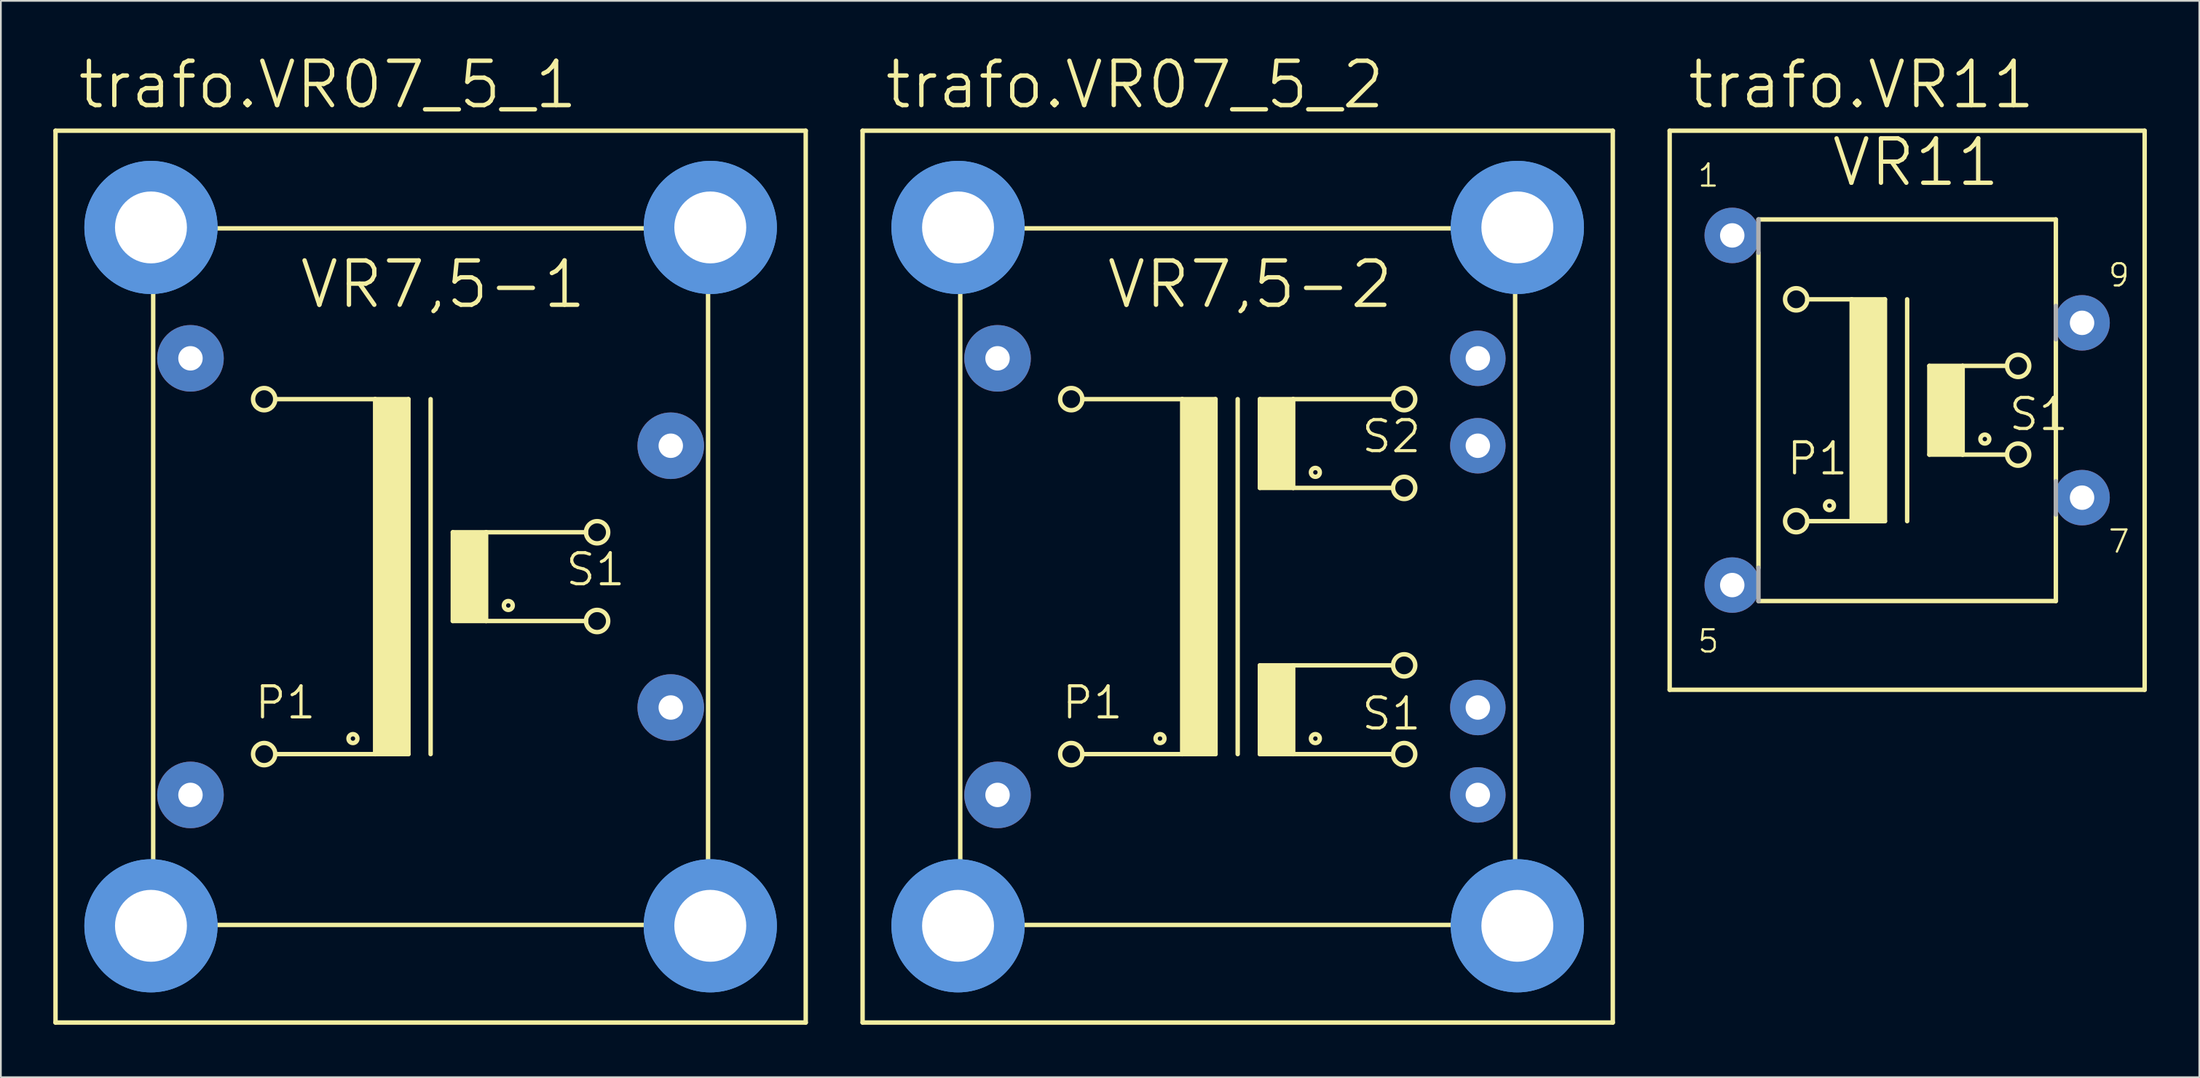
<source format=kicad_pcb>
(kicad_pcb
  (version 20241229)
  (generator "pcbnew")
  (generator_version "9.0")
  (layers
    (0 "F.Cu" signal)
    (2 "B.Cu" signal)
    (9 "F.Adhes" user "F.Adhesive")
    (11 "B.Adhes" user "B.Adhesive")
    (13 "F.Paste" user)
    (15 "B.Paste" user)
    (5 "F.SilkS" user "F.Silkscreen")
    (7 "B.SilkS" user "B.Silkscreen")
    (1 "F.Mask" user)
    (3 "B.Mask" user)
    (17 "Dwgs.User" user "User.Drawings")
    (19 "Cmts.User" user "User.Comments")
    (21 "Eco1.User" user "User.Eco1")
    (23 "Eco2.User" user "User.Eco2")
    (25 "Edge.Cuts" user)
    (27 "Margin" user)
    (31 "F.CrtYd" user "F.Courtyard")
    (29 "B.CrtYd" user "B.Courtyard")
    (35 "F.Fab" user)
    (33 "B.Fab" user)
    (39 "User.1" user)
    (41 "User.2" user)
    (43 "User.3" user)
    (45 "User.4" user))
  (footprint "trafo.VR07_5_1"
    (layer "F.Cu")
    (at 21.59 29.96)
    (property "Reference" "trafo.VR07_5_1" (at -20.32 -26.67 0) (layer "F.SilkS") (effects (font (size 2.54 2.54) (thickness 0.25)) (justify left bottom)))
    (attr through_hole)
    (fp_line (start -21.463 25.527) (end -21.463 -25.527) (stroke (width 0.254) (type default)) (layer "F.SilkS"))
    (fp_line (start -21.463 25.527) (end 21.463 25.527) (stroke (width 0.254) (type default)) (layer "F.SilkS"))
    (fp_line (start -15.875 17.653) (end -15.875 -17.653) (stroke (width 0.254) (type default)) (layer "F.SilkS"))
    (fp_line (start -13.716 -19.939) (end 13.716 -19.939) (stroke (width 0.254) (type default)) (layer "F.SilkS"))
    (fp_line (start -8.89 -10.16) (end -3.175 -10.16) (stroke (width 0.254) (type default)) (layer "F.SilkS"))
    (fp_line (start -3.175 -10.16) (end -3.175 10.16) (stroke (width 0.254) (type default)) (layer "F.SilkS"))
    (fp_line (start -3.175 -10.16) (end -1.27 -10.16) (stroke (width 0.254) (type default)) (layer "F.SilkS"))
    (fp_line (start -3.175 10.16) (end -8.89 10.16) (stroke (width 0.254) (type default)) (layer "F.SilkS"))
    (fp_line (start -1.27 -10.16) (end -1.27 10.16) (stroke (width 0.254) (type default)) (layer "F.SilkS"))
    (fp_line (start -1.27 10.16) (end -3.175 10.16) (stroke (width 0.254) (type default)) (layer "F.SilkS"))
    (fp_line (start 0 -10.16) (end 0 10.16) (stroke (width 0.254) (type default)) (layer "F.SilkS"))
    (fp_line (start 1.27 -2.54) (end 1.27 2.54) (stroke (width 0.254) (type default)) (layer "F.SilkS"))
    (fp_line (start 1.27 -2.54) (end 3.175 -2.54) (stroke (width 0.254) (type default)) (layer "F.SilkS"))
    (fp_line (start 1.27 2.54) (end 3.175 2.54) (stroke (width 0.254) (type default)) (layer "F.SilkS"))
    (fp_line (start 3.175 -2.54) (end 8.89 -2.54) (stroke (width 0.254) (type default)) (layer "F.SilkS"))
    (fp_line (start 3.175 2.54) (end 3.175 -2.54) (stroke (width 0.254) (type default)) (layer "F.SilkS"))
    (fp_line (start 3.175 2.54) (end 8.89 2.54) (stroke (width 0.254) (type default)) (layer "F.SilkS"))
    (fp_line (start 13.716 19.939) (end -13.716 19.939) (stroke (width 0.254) (type default)) (layer "F.SilkS"))
    (fp_line (start 15.875 -17.653) (end 15.875 17.653) (stroke (width 0.254) (type default)) (layer "F.SilkS"))
    (fp_line (start 21.463 -25.527) (end -21.463 -25.527) (stroke (width 0.254) (type default)) (layer "F.SilkS"))
    (fp_line (start 21.463 -25.527) (end 21.463 25.527) (stroke (width 0.254) (type default)) (layer "F.SilkS"))
    (fp_rect (start -3.175 10.16) (end -1.27 -10.16) (stroke (width 0.05) (type default)) (fill yes) (layer "F.SilkS"))
    (fp_rect (start 1.27 2.54) (end 3.175 -2.54) (stroke (width 0.05) (type default)) (fill yes) (layer "F.SilkS"))
    (fp_circle (center -9.525 -10.16) (end -8.89 -10.16) (stroke (width 0.254) (type default)) (fill no) (layer "F.SilkS"))
    (fp_circle (center -9.525 10.16) (end -8.89 10.16) (stroke (width 0.254) (type default)) (fill no) (layer "F.SilkS"))
    (fp_circle (center -4.445 9.271) (end -4.191 9.271) (stroke (width 0.254) (type default)) (fill no) (layer "F.SilkS"))
    (fp_circle (center 4.445 1.651) (end 4.699 1.651) (stroke (width 0.254) (type default)) (fill no) (layer "F.SilkS"))
    (fp_circle (center 9.525 -2.54) (end 10.16 -2.54) (stroke (width 0.254) (type default)) (fill no) (layer "F.SilkS"))
    (fp_circle (center 9.525 2.54) (end 10.16 2.54) (stroke (width 0.254) (type default)) (fill no) (layer "F.SilkS"))
    (fp_circle (center -16.002 -19.99) (end -13.081 -19.99) (stroke (width 1.778) (type default)) (fill no) (layer "Cmts.User"))
    (fp_circle (center -16.002 -19.99) (end -13.081 -19.99) (stroke (width 1.778) (type default)) (fill no) (layer "Cmts.User"))
    (fp_circle (center -16.002 19.99) (end -13.081 19.99) (stroke (width 1.778) (type default)) (fill no) (layer "Cmts.User"))
    (fp_circle (center -16.002 19.99) (end -13.081 19.99) (stroke (width 1.778) (type default)) (fill no) (layer "Cmts.User"))
    (fp_circle (center 16.002 -19.99) (end 18.923 -19.99) (stroke (width 1.778) (type default)) (fill no) (layer "Cmts.User"))
    (fp_circle (center 16.002 -19.99) (end 18.923 -19.99) (stroke (width 1.778) (type default)) (fill no) (layer "Cmts.User"))
    (fp_circle (center 16.002 19.99) (end 18.923 19.99) (stroke (width 1.778) (type default)) (fill no) (layer "Cmts.User"))
    (fp_circle (center 16.002 19.99) (end 18.923 19.99) (stroke (width 1.778) (type default)) (fill no) (layer "Cmts.User"))
    (fp_line (start -15.875 -19.939) (end -13.716 -19.939) (stroke (width 0.254) (type default)) (layer "F.Fab"))
    (fp_line (start -15.875 -17.653) (end -15.875 -19.939) (stroke (width 0.254) (type default)) (layer "F.Fab"))
    (fp_line (start -15.875 19.939) (end -15.875 17.653) (stroke (width 0.254) (type default)) (layer "F.Fab"))
    (fp_line (start -15.875 19.939) (end -13.716 19.939) (stroke (width 0.254) (type default)) (layer "F.Fab"))
    (fp_line (start 13.716 -19.939) (end 15.875 -19.939) (stroke (width 0.254) (type default)) (layer "F.Fab"))
    (fp_line (start 13.716 19.939) (end 15.875 19.939) (stroke (width 0.254) (type default)) (layer "F.Fab"))
    (fp_line (start 15.875 -17.653) (end 15.875 -19.939) (stroke (width 0.254) (type default)) (layer "F.Fab"))
    (fp_line (start 15.875 19.939) (end 15.875 17.653) (stroke (width 0.254) (type default)) (layer "F.Fab"))
    (fp_text user "P1" (at -10.16 8.255 0) (layer "F.SilkS") (effects (font (size 1.778 1.778) (thickness 0.18)) (justify left bottom)))
    (fp_text user "VR7,5-1" (at -7.62 -15.24 0) (layer "F.SilkS") (effects (font (size 2.54 2.54) (thickness 0.25)) (justify left bottom)))
    (fp_text user "S1" (at 7.62 0.635 0) (layer "F.SilkS") (effects (font (size 1.778 1.778) (thickness 0.18)) (justify left bottom)))
    (pad "" np_thru_hole circle (at -16.002 -19.99) (size 4.115 4.115) (drill 4.115) (layers "*.Cu" "*.Mask"))
    (pad "" np_thru_hole circle (at -16.002 19.99) (size 4.115 4.115) (drill 4.115) (layers "*.Cu" "*.Mask"))
    (pad "" np_thru_hole circle (at 16.002 -19.99) (size 4.115 4.115) (drill 4.115) (layers "*.Cu" "*.Mask"))
    (pad "" np_thru_hole circle (at 16.002 19.99) (size 4.115 4.115) (drill 4.115) (layers "*.Cu" "*.Mask"))
    (pad "1" thru_hole circle (at -13.741 -12.497) (size 3.81 3.81) (drill 1.397) (layers "*.Cu" "*.Mask"))
    (pad "2" thru_hole circle (at -13.741 12.497) (size 3.81 3.81) (drill 1.397) (layers "*.Cu" "*.Mask"))
    (pad "3" thru_hole circle (at 13.741 7.493) (size 3.81 3.81) (drill 1.397) (layers "*.Cu" "*.Mask"))
    (pad "4" thru_hole circle (at 13.741 -7.493) (size 3.81 3.81) (drill 1.397) (layers "*.Cu" "*.Mask")))
  (footprint "trafo.VR07_5_2"
    (layer "F.Cu")
    (at 67.77 29.96)
    (property "Reference" "trafo.VR07_5_2" (at -20.32 -26.67 0) (layer "F.SilkS") (effects (font (size 2.54 2.54) (thickness 0.25)) (justify left bottom)))
    (attr through_hole)
    (fp_line (start -21.463 25.527) (end -21.463 -25.527) (stroke (width 0.254) (type default)) (layer "F.SilkS"))
    (fp_line (start -21.463 25.527) (end 21.463 25.527) (stroke (width 0.254) (type default)) (layer "F.SilkS"))
    (fp_line (start -15.875 17.653) (end -15.875 -17.653) (stroke (width 0.254) (type default)) (layer "F.SilkS"))
    (fp_line (start -13.716 -19.939) (end 13.716 -19.939) (stroke (width 0.254) (type default)) (layer "F.SilkS"))
    (fp_line (start -8.89 -10.16) (end -3.175 -10.16) (stroke (width 0.254) (type default)) (layer "F.SilkS"))
    (fp_line (start -3.175 -10.16) (end -3.175 10.16) (stroke (width 0.254) (type default)) (layer "F.SilkS"))
    (fp_line (start -3.175 -10.16) (end -1.27 -10.16) (stroke (width 0.254) (type default)) (layer "F.SilkS"))
    (fp_line (start -3.175 10.16) (end -8.89 10.16) (stroke (width 0.254) (type default)) (layer "F.SilkS"))
    (fp_line (start -1.27 -10.16) (end -1.27 10.16) (stroke (width 0.254) (type default)) (layer "F.SilkS"))
    (fp_line (start -1.27 10.16) (end -3.175 10.16) (stroke (width 0.254) (type default)) (layer "F.SilkS"))
    (fp_line (start 0 -10.16) (end 0 10.16) (stroke (width 0.254) (type default)) (layer "F.SilkS"))
    (fp_line (start 1.27 -10.16) (end 1.27 -5.08) (stroke (width 0.254) (type default)) (layer "F.SilkS"))
    (fp_line (start 1.27 -10.16) (end 3.175 -10.16) (stroke (width 0.254) (type default)) (layer "F.SilkS"))
    (fp_line (start 1.27 -5.08) (end 3.175 -5.08) (stroke (width 0.254) (type default)) (layer "F.SilkS"))
    (fp_line (start 1.27 5.08) (end 1.27 10.16) (stroke (width 0.254) (type default)) (layer "F.SilkS"))
    (fp_line (start 1.27 5.08) (end 3.175 5.08) (stroke (width 0.254) (type default)) (layer "F.SilkS"))
    (fp_line (start 1.27 10.16) (end 3.175 10.16) (stroke (width 0.254) (type default)) (layer "F.SilkS"))
    (fp_line (start 3.175 -10.16) (end 8.89 -10.16) (stroke (width 0.254) (type default)) (layer "F.SilkS"))
    (fp_line (start 3.175 -5.08) (end 3.175 -10.16) (stroke (width 0.254) (type default)) (layer "F.SilkS"))
    (fp_line (start 3.175 -5.08) (end 8.89 -5.08) (stroke (width 0.254) (type default)) (layer "F.SilkS"))
    (fp_line (start 3.175 5.08) (end 8.89 5.08) (stroke (width 0.254) (type default)) (layer "F.SilkS"))
    (fp_line (start 3.175 10.16) (end 3.175 5.08) (stroke (width 0.254) (type default)) (layer "F.SilkS"))
    (fp_line (start 3.175 10.16) (end 8.89 10.16) (stroke (width 0.254) (type default)) (layer "F.SilkS"))
    (fp_line (start 13.716 19.939) (end -13.716 19.939) (stroke (width 0.254) (type default)) (layer "F.SilkS"))
    (fp_line (start 15.875 -17.653) (end 15.875 17.653) (stroke (width 0.254) (type default)) (layer "F.SilkS"))
    (fp_line (start 21.463 -25.527) (end -21.463 -25.527) (stroke (width 0.254) (type default)) (layer "F.SilkS"))
    (fp_line (start 21.463 -25.527) (end 21.463 25.527) (stroke (width 0.254) (type default)) (layer "F.SilkS"))
    (fp_rect (start -3.175 10.16) (end -1.27 -10.16) (stroke (width 0.05) (type default)) (fill yes) (layer "F.SilkS"))
    (fp_rect (start 1.27 -5.08) (end 3.175 -10.16) (stroke (width 0.05) (type default)) (fill yes) (layer "F.SilkS"))
    (fp_rect (start 1.27 10.16) (end 3.175 5.08) (stroke (width 0.05) (type default)) (fill yes) (layer "F.SilkS"))
    (fp_circle (center -9.525 -10.16) (end -8.89 -10.16) (stroke (width 0.254) (type default)) (fill no) (layer "F.SilkS"))
    (fp_circle (center -9.525 10.16) (end -8.89 10.16) (stroke (width 0.254) (type default)) (fill no) (layer "F.SilkS"))
    (fp_circle (center -4.445 9.271) (end -4.191 9.271) (stroke (width 0.254) (type default)) (fill no) (layer "F.SilkS"))
    (fp_circle (center 4.445 -5.969) (end 4.699 -5.969) (stroke (width 0.254) (type default)) (fill no) (layer "F.SilkS"))
    (fp_circle (center 4.445 9.271) (end 4.699 9.271) (stroke (width 0.254) (type default)) (fill no) (layer "F.SilkS"))
    (fp_circle (center 9.525 -10.16) (end 10.16 -10.16) (stroke (width 0.254) (type default)) (fill no) (layer "F.SilkS"))
    (fp_circle (center 9.525 -5.08) (end 10.16 -5.08) (stroke (width 0.254) (type default)) (fill no) (layer "F.SilkS"))
    (fp_circle (center 9.525 5.08) (end 10.16 5.08) (stroke (width 0.254) (type default)) (fill no) (layer "F.SilkS"))
    (fp_circle (center 9.525 10.16) (end 10.16 10.16) (stroke (width 0.254) (type default)) (fill no) (layer "F.SilkS"))
    (fp_circle (center -16.002 -19.99) (end -13.081 -19.99) (stroke (width 1.778) (type default)) (fill no) (layer "Cmts.User"))
    (fp_circle (center -16.002 -19.99) (end -13.081 -19.99) (stroke (width 1.778) (type default)) (fill no) (layer "Cmts.User"))
    (fp_circle (center -16.002 19.99) (end -13.081 19.99) (stroke (width 1.778) (type default)) (fill no) (layer "Cmts.User"))
    (fp_circle (center -16.002 19.99) (end -13.081 19.99) (stroke (width 1.778) (type default)) (fill no) (layer "Cmts.User"))
    (fp_circle (center 16.002 -19.99) (end 18.923 -19.99) (stroke (width 1.778) (type default)) (fill no) (layer "Cmts.User"))
    (fp_circle (center 16.002 -19.99) (end 18.923 -19.99) (stroke (width 1.778) (type default)) (fill no) (layer "Cmts.User"))
    (fp_circle (center 16.002 19.99) (end 18.923 19.99) (stroke (width 1.778) (type default)) (fill no) (layer "Cmts.User"))
    (fp_circle (center 16.002 19.99) (end 18.923 19.99) (stroke (width 1.778) (type default)) (fill no) (layer "Cmts.User"))
    (fp_line (start -15.875 -19.939) (end -13.716 -19.939) (stroke (width 0.254) (type default)) (layer "F.Fab"))
    (fp_line (start -15.875 -17.653) (end -15.875 -19.939) (stroke (width 0.254) (type default)) (layer "F.Fab"))
    (fp_line (start -15.875 19.939) (end -15.875 17.653) (stroke (width 0.254) (type default)) (layer "F.Fab"))
    (fp_line (start -15.875 19.939) (end -13.716 19.939) (stroke (width 0.254) (type default)) (layer "F.Fab"))
    (fp_line (start 13.716 -19.939) (end 15.875 -19.939) (stroke (width 0.254) (type default)) (layer "F.Fab"))
    (fp_line (start 13.716 19.939) (end 15.875 19.939) (stroke (width 0.254) (type default)) (layer "F.Fab"))
    (fp_line (start 15.875 -17.653) (end 15.875 -19.939) (stroke (width 0.254) (type default)) (layer "F.Fab"))
    (fp_line (start 15.875 19.939) (end 15.875 17.653) (stroke (width 0.254) (type default)) (layer "F.Fab"))
    (fp_text user "VR7,5-2" (at -7.62 -15.24 0) (layer "F.SilkS") (effects (font (size 2.54 2.54) (thickness 0.25)) (justify left bottom)))
    (fp_text user "P1" (at -10.16 8.255 0) (layer "F.SilkS") (effects (font (size 1.778 1.778) (thickness 0.18)) (justify left bottom)))
    (fp_text user "S1" (at 6.985 8.89 0) (layer "F.SilkS") (effects (font (size 1.778 1.778) (thickness 0.18)) (justify left bottom)))
    (fp_text user "S2" (at 6.985 -6.985 0) (layer "F.SilkS") (effects (font (size 1.778 1.778) (thickness 0.18)) (justify left bottom)))
    (pad "" np_thru_hole circle (at -16.002 -19.99) (size 4.115 4.115) (drill 4.115) (layers "*.Cu" "*.Mask"))
    (pad "" np_thru_hole circle (at -16.002 19.99) (size 4.115 4.115) (drill 4.115) (layers "*.Cu" "*.Mask"))
    (pad "" np_thru_hole circle (at 16.002 -19.99) (size 4.115 4.115) (drill 4.115) (layers "*.Cu" "*.Mask"))
    (pad "" np_thru_hole circle (at 16.002 19.99) (size 4.115 4.115) (drill 4.115) (layers "*.Cu" "*.Mask"))
    (pad "1" thru_hole circle (at -13.741 -12.497) (size 3.81 3.81) (drill 1.397) (layers "*.Cu" "*.Mask"))
    (pad "2" thru_hole circle (at -13.741 12.497) (size 3.81 3.81) (drill 1.397) (layers "*.Cu" "*.Mask"))
    (pad "3" thru_hole circle (at 13.741 12.497) (size 3.175 3.175) (drill 1.397) (layers "*.Cu" "*.Mask"))
    (pad "4" thru_hole circle (at 13.741 7.493) (size 3.175 3.175) (drill 1.397) (layers "*.Cu" "*.Mask"))
    (pad "5" thru_hole circle (at 13.741 -7.493) (size 3.175 3.175) (drill 1.397) (layers "*.Cu" "*.Mask"))
    (pad "6" thru_hole circle (at 13.741 -12.497) (size 3.175 3.175) (drill 1.397) (layers "*.Cu" "*.Mask")))
  (footprint "trafo.VR11"
    (layer "F.Cu")
    (at 106.076 20.435)
    (property "Reference" "trafo.VR11" (at -12.7 -17.145 0) (layer "F.SilkS") (effects (font (size 2.54 2.54) (thickness 0.25)) (justify left bottom)))
    (attr through_hole)
    (fp_line (start -13.589 16.002) (end -13.589 -16.002) (stroke (width 0.254) (type default)) (layer "F.SilkS"))
    (fp_line (start -13.589 16.002) (end 13.589 16.002) (stroke (width 0.254) (type default)) (layer "F.SilkS"))
    (fp_line (start -8.509 9.017) (end -8.509 -9.017) (stroke (width 0.254) (type default)) (layer "F.SilkS"))
    (fp_line (start -8.509 10.922) (end 8.509 10.922) (stroke (width 0.254) (type default)) (layer "F.SilkS"))
    (fp_line (start -5.715 -6.35) (end -3.175 -6.35) (stroke (width 0.254) (type default)) (layer "F.SilkS"))
    (fp_line (start -3.175 -6.35) (end -3.175 6.35) (stroke (width 0.254) (type default)) (layer "F.SilkS"))
    (fp_line (start -3.175 -6.35) (end -1.27 -6.35) (stroke (width 0.254) (type default)) (layer "F.SilkS"))
    (fp_line (start -3.175 6.35) (end -5.715 6.35) (stroke (width 0.254) (type default)) (layer "F.SilkS"))
    (fp_line (start -1.27 -6.35) (end -1.27 6.35) (stroke (width 0.254) (type default)) (layer "F.SilkS"))
    (fp_line (start -1.27 6.35) (end -3.175 6.35) (stroke (width 0.254) (type default)) (layer "F.SilkS"))
    (fp_line (start 0 -6.35) (end 0 6.35) (stroke (width 0.254) (type default)) (layer "F.SilkS"))
    (fp_line (start 1.27 -2.54) (end 1.27 2.54) (stroke (width 0.254) (type default)) (layer "F.SilkS"))
    (fp_line (start 1.27 -2.54) (end 3.175 -2.54) (stroke (width 0.254) (type default)) (layer "F.SilkS"))
    (fp_line (start 1.27 2.54) (end 3.175 2.54) (stroke (width 0.254) (type default)) (layer "F.SilkS"))
    (fp_line (start 3.175 -2.54) (end 5.715 -2.54) (stroke (width 0.254) (type default)) (layer "F.SilkS"))
    (fp_line (start 3.175 2.54) (end 3.175 -2.54) (stroke (width 0.254) (type default)) (layer "F.SilkS"))
    (fp_line (start 3.175 2.54) (end 5.715 2.54) (stroke (width 0.254) (type default)) (layer "F.SilkS"))
    (fp_line (start 8.509 -10.922) (end -8.509 -10.922) (stroke (width 0.254) (type default)) (layer "F.SilkS"))
    (fp_line (start 8.509 -10.922) (end 8.509 -5.969) (stroke (width 0.254) (type default)) (layer "F.SilkS"))
    (fp_line (start 8.509 -4.064) (end 8.509 4.064) (stroke (width 0.254) (type default)) (layer "F.SilkS"))
    (fp_line (start 8.509 10.922) (end 8.509 5.969) (stroke (width 0.254) (type default)) (layer "F.SilkS"))
    (fp_line (start 13.589 -16.002) (end -13.589 -16.002) (stroke (width 0.254) (type default)) (layer "F.SilkS"))
    (fp_line (start 13.589 -16.002) (end 13.589 16.002) (stroke (width 0.254) (type default)) (layer "F.SilkS"))
    (fp_rect (start -3.175 6.35) (end -1.27 -6.35) (stroke (width 0.05) (type default)) (fill yes) (layer "F.SilkS"))
    (fp_rect (start 1.27 2.54) (end 3.175 -2.54) (stroke (width 0.05) (type default)) (fill yes) (layer "F.SilkS"))
    (fp_circle (center -6.35 -6.35) (end -5.715 -6.35) (stroke (width 0.254) (type default)) (fill no) (layer "F.SilkS"))
    (fp_circle (center -6.35 6.35) (end -5.715 6.35) (stroke (width 0.254) (type default)) (fill no) (layer "F.SilkS"))
    (fp_circle (center -4.445 5.461) (end -4.191 5.461) (stroke (width 0.254) (type default)) (fill no) (layer "F.SilkS"))
    (fp_circle (center 4.445 1.651) (end 4.699 1.651) (stroke (width 0.254) (type default)) (fill no) (layer "F.SilkS"))
    (fp_circle (center 6.35 -2.54) (end 6.985 -2.54) (stroke (width 0.254) (type default)) (fill no) (layer "F.SilkS"))
    (fp_circle (center 6.35 2.54) (end 6.985 2.54) (stroke (width 0.254) (type default)) (fill no) (layer "F.SilkS"))
    (fp_line (start -8.509 -10.922) (end -8.509 -9.017) (stroke (width 0.254) (type default)) (layer "F.Fab"))
    (fp_line (start -8.509 10.922) (end -8.509 9.017) (stroke (width 0.254) (type default)) (layer "F.Fab"))
    (fp_line (start 8.509 -4.064) (end 8.509 -5.969) (stroke (width 0.254) (type default)) (layer "F.Fab"))
    (fp_line (start 8.509 4.064) (end 8.509 5.969) (stroke (width 0.254) (type default)) (layer "F.Fab"))
    (fp_text user "VR11" (at -4.445 -12.7 0) (layer "F.SilkS") (effects (font (size 2.54 2.54) (thickness 0.25)) (justify left bottom)))
    (fp_text user "1" (at -12.065 -12.7 0) (layer "F.SilkS") (effects (font (size 1.27 1.27) (thickness 0.13)) (justify left bottom)))
    (fp_text user "7" (at 11.43 8.255 0) (layer "F.SilkS") (effects (font (size 1.27 1.27) (thickness 0.13)) (justify left bottom)))
    (fp_text user "P1" (at -6.985 3.81 0) (layer "F.SilkS") (effects (font (size 1.778 1.778) (thickness 0.18)) (justify left bottom)))
    (fp_text user "5" (at -12.065 13.97 0) (layer "F.SilkS") (effects (font (size 1.27 1.27) (thickness 0.13)) (justify left bottom)))
    (fp_text user "S1" (at 5.715 1.27 0) (layer "F.SilkS") (effects (font (size 1.778 1.778) (thickness 0.18)) (justify left bottom)))
    (fp_text user "9" (at 11.43 -6.985 0) (layer "F.SilkS") (effects (font (size 1.27 1.27) (thickness 0.13)) (justify left bottom)))
    (pad "1" thru_hole circle (at -10.008 -10.008) (size 3.175 3.175) (drill 1.397) (layers "*.Cu" "*.Mask"))
    (pad "5" thru_hole circle (at -10.008 10.008) (size 3.175 3.175) (drill 1.397) (layers "*.Cu" "*.Mask"))
    (pad "7" thru_hole circle (at 10.008 5.004) (size 3.175 3.175) (drill 1.397) (layers "*.Cu" "*.Mask"))
    (pad "9" thru_hole circle (at 10.008 -5.004) (size 3.175 3.175) (drill 1.397) (layers "*.Cu" "*.Mask")))
  (gr_rect
    (start -3 -3)
    (end 122.792 58.614)
    (stroke (width 0.1) (type default))
    (fill no)
    (layer "Edge.Cuts")))
</source>
